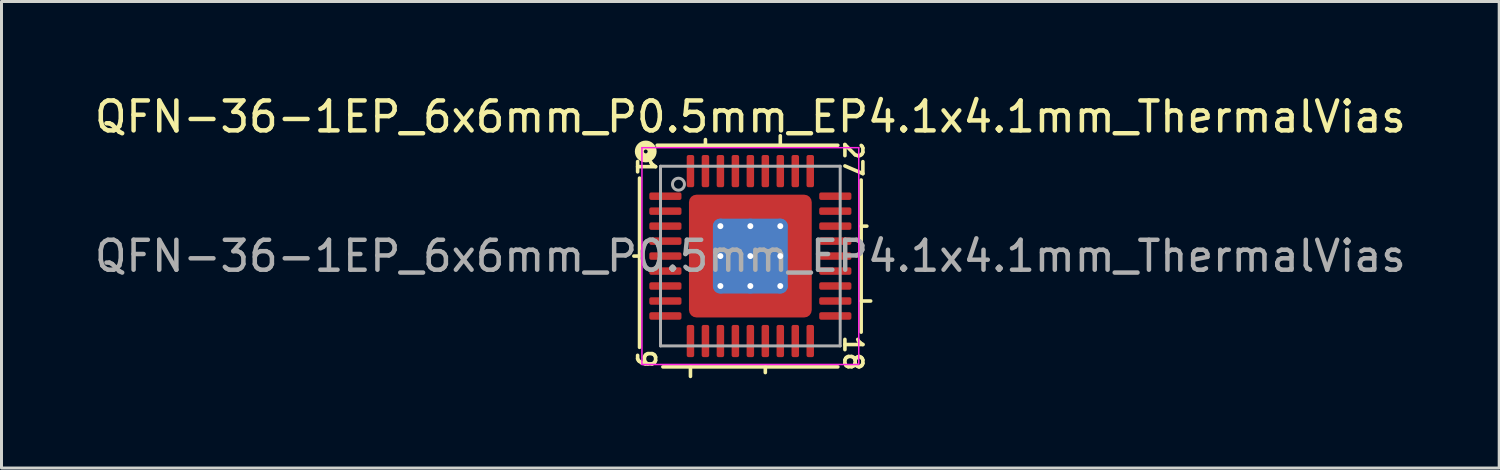
<source format=kicad_pcb>
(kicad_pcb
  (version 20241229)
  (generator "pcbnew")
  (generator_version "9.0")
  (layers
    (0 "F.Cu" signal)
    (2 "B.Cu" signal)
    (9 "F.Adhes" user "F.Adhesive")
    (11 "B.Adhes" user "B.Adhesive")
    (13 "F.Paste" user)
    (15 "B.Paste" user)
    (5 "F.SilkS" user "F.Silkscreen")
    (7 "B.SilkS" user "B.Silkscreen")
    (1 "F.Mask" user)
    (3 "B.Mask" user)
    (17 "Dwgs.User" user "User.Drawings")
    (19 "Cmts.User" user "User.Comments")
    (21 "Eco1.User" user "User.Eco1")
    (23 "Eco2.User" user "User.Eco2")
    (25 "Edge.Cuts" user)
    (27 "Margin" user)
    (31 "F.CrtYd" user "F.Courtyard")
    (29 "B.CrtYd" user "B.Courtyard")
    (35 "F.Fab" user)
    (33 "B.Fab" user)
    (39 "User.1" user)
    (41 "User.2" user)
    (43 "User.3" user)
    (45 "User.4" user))
  (footprint "QFN-36-1EP_6x6mm_P0.5mm_EP4.1x4.1mm_ThermalVias"
    (layer "F.Cu")
    (at 22.006 5.501)
    (property "Reference" "QFN-36-1EP_6x6mm_P0.5mm_EP4.1x4.1mm_ThermalVias" (at 0 -4.652 0) (layer "F.SilkS") (effects (font (size 1 1) (thickness 0.15))))
    (attr smd)
    (fp_line (start -3.7 -2.603) (end -3.7 3.048) (stroke (width 0.12) (type solid)) (layer "F.SilkS"))
    (fp_line (start -3.7 0) (end -3.89 0) (stroke (width 0.12) (type solid)) (layer "F.SilkS"))
    (fp_line (start -2.921 3.7) (end 2.921 3.7) (stroke (width 0.12) (type solid)) (layer "F.SilkS"))
    (fp_line (start -2 3.7) (end -2 4.018) (stroke (width 0.12) (type solid)) (layer "F.SilkS"))
    (fp_line (start -1.5 -3.7) (end -1.5 -3.89) (stroke (width 0.12) (type solid)) (layer "F.SilkS"))
    (fp_line (start 0.5 3.7) (end 0.5 3.89) (stroke (width 0.12) (type solid)) (layer "F.SilkS"))
    (fp_line (start 1 -3.7) (end 1 -4.018) (stroke (width 0.12) (type solid)) (layer "F.SilkS"))
    (fp_line (start 2.921 -3.7) (end -3.111 -3.7) (stroke (width 0.12) (type solid)) (layer "F.SilkS"))
    (fp_line (start 3.7 -1) (end 3.89 -1) (stroke (width 0.12) (type solid)) (layer "F.SilkS"))
    (fp_line (start 3.7 1.5) (end 4.018 1.5) (stroke (width 0.12) (type solid)) (layer "F.SilkS"))
    (fp_line (start 3.7 2.54) (end 3.7 -2.54) (stroke (width 0.12) (type solid)) (layer "F.SilkS"))
    (fp_circle (center -3.493 -3.493) (end -3.429 -3.493) (stroke (width 0.3) (type solid)) (fill no) (layer "F.SilkS"))
    (fp_line (start -3.62 -3.62) (end -3.62 3.62) (stroke (width 0.05) (type solid)) (layer "F.CrtYd"))
    (fp_line (start -3.62 3.62) (end 3.62 3.62) (stroke (width 0.05) (type solid)) (layer "F.CrtYd"))
    (fp_line (start 3.62 -3.62) (end -3.62 -3.62) (stroke (width 0.05) (type solid)) (layer "F.CrtYd"))
    (fp_line (start 3.62 3.62) (end 3.62 -3.62) (stroke (width 0.05) (type solid)) (layer "F.CrtYd"))
    (fp_line (start -3 -3) (end 3 -3) (stroke (width 0.1) (type solid)) (layer "F.Fab"))
    (fp_line (start -3 3) (end -3 -3) (stroke (width 0.1) (type solid)) (layer "F.Fab"))
    (fp_line (start 3 -3) (end 3 3) (stroke (width 0.1) (type solid)) (layer "F.Fab"))
    (fp_line (start 3 3) (end -3 3) (stroke (width 0.1) (type solid)) (layer "F.Fab"))
    (fp_circle (center -2.4 -2.4) (end -2.2 -2.4) (stroke (width 0.1) (type solid)) (fill no) (layer "F.Fab"))
    (fp_text user "1" (at -3.493 -2.985 270) (unlocked yes) (layer "F.SilkS") (effects (font (size 0.6 0.6) (thickness 0.12))))
    (fp_text user "9" (at -3.493 3.429 270) (unlocked yes) (layer "F.SilkS") (effects (font (size 0.6 0.6) (thickness 0.12))))
    (fp_text user "18" (at 3.429 3.239 270) (unlocked yes) (layer "F.SilkS") (effects (font (size 0.6 0.6) (thickness 0.12))))
    (fp_text user "27" (at 3.429 -3.239 270) (unlocked yes) (layer "F.SilkS") (effects (font (size 0.6 0.6) (thickness 0.12))))
    (fp_text user "${REFERENCE}" (at 0 0 0) (layer "F.Fab") (effects (font (size 1 1) (thickness 0.15))))
    (pad "" smd roundrect (at -1.525 -1.525) (size 0.847 0.847) (layers "F.Paste") (roundrect_rratio 0.25))
    (pad "" smd roundrect (at -1.525 -0.5) (size 0.847 0.806) (layers "F.Paste") (roundrect_rratio 0.25))
    (pad "" smd roundrect (at -1.525 0.5) (size 0.847 0.806) (layers "F.Paste") (roundrect_rratio 0.25))
    (pad "" smd roundrect (at -1.525 1.525) (size 0.847 0.847) (layers "F.Paste") (roundrect_rratio 0.25))
    (pad "" smd roundrect (at -0.5 -1.525) (size 0.806 0.847) (layers "F.Paste") (roundrect_rratio 0.25))
    (pad "" smd roundrect (at -0.5 -0.5) (size 0.806 0.806) (layers "F.Paste") (roundrect_rratio 0.25))
    (pad "" smd roundrect (at -0.5 0.5) (size 0.806 0.806) (layers "F.Paste") (roundrect_rratio 0.25))
    (pad "" smd roundrect (at -0.5 1.525) (size 0.806 0.847) (layers "F.Paste") (roundrect_rratio 0.25))
    (pad "" smd roundrect (at 0.5 -1.525) (size 0.806 0.847) (layers "F.Paste") (roundrect_rratio 0.25))
    (pad "" smd roundrect (at 0.5 -0.5) (size 0.806 0.806) (layers "F.Paste") (roundrect_rratio 0.25))
    (pad "" smd roundrect (at 0.5 0.5) (size 0.806 0.806) (layers "F.Paste") (roundrect_rratio 0.25))
    (pad "" smd roundrect (at 0.5 1.525) (size 0.806 0.847) (layers "F.Paste") (roundrect_rratio 0.25))
    (pad "" smd roundrect (at 1.525 -1.525) (size 0.847 0.847) (layers "F.Paste") (roundrect_rratio 0.25))
    (pad "" smd roundrect (at 1.525 -0.5) (size 0.847 0.806) (layers "F.Paste") (roundrect_rratio 0.25))
    (pad "" smd roundrect (at 1.525 0.5) (size 0.847 0.806) (layers "F.Paste") (roundrect_rratio 0.25))
    (pad "" smd roundrect (at 1.525 1.525) (size 0.847 0.847) (layers "F.Paste") (roundrect_rratio 0.25))
    (pad "1" smd roundrect (at -2.837 -2) (size 1.075 0.25) (layers "F.Cu" "F.Mask" "F.Paste") (roundrect_rratio 0.25))
    (pad "2" smd roundrect (at -2.837 -1.5) (size 1.075 0.25) (layers "F.Cu" "F.Mask" "F.Paste") (roundrect_rratio 0.25))
    (pad "3" smd roundrect (at -2.837 -1) (size 1.075 0.25) (layers "F.Cu" "F.Mask" "F.Paste") (roundrect_rratio 0.25))
    (pad "4" smd roundrect (at -2.837 -0.5) (size 1.075 0.25) (layers "F.Cu" "F.Mask" "F.Paste") (roundrect_rratio 0.25))
    (pad "5" smd roundrect (at -2.837 0) (size 1.075 0.25) (layers "F.Cu" "F.Mask" "F.Paste") (roundrect_rratio 0.25))
    (pad "6" smd roundrect (at -2.837 0.5) (size 1.075 0.25) (layers "F.Cu" "F.Mask" "F.Paste") (roundrect_rratio 0.25))
    (pad "7" smd roundrect (at -2.837 1) (size 1.075 0.25) (layers "F.Cu" "F.Mask" "F.Paste") (roundrect_rratio 0.25))
    (pad "8" smd roundrect (at -2.837 1.5) (size 1.075 0.25) (layers "F.Cu" "F.Mask" "F.Paste") (roundrect_rratio 0.25))
    (pad "9" smd roundrect (at -2.837 2) (size 1.075 0.25) (layers "F.Cu" "F.Mask" "F.Paste") (roundrect_rratio 0.25))
    (pad "10" smd roundrect (at -2 2.837) (size 0.25 1.075) (layers "F.Cu" "F.Mask" "F.Paste") (roundrect_rratio 0.25))
    (pad "11" smd roundrect (at -1.5 2.837) (size 0.25 1.075) (layers "F.Cu" "F.Mask" "F.Paste") (roundrect_rratio 0.25))
    (pad "12" smd roundrect (at -1 2.837) (size 0.25 1.075) (layers "F.Cu" "F.Mask" "F.Paste") (roundrect_rratio 0.25))
    (pad "13" smd roundrect (at -0.5 2.837) (size 0.25 1.075) (layers "F.Cu" "F.Mask" "F.Paste") (roundrect_rratio 0.25))
    (pad "14" smd roundrect (at 0 2.837) (size 0.25 1.075) (layers "F.Cu" "F.Mask" "F.Paste") (roundrect_rratio 0.25))
    (pad "15" smd roundrect (at 0.5 2.837) (size 0.25 1.075) (layers "F.Cu" "F.Mask" "F.Paste") (roundrect_rratio 0.25))
    (pad "16" smd roundrect (at 1 2.837) (size 0.25 1.075) (layers "F.Cu" "F.Mask" "F.Paste") (roundrect_rratio 0.25))
    (pad "17" smd roundrect (at 1.5 2.837) (size 0.25 1.075) (layers "F.Cu" "F.Mask" "F.Paste") (roundrect_rratio 0.25))
    (pad "18" smd roundrect (at 2 2.837) (size 0.25 1.075) (layers "F.Cu" "F.Mask" "F.Paste") (roundrect_rratio 0.25))
    (pad "19" smd roundrect (at 2.837 2) (size 1.075 0.25) (layers "F.Cu" "F.Mask" "F.Paste") (roundrect_rratio 0.25))
    (pad "20" smd roundrect (at 2.837 1.5) (size 1.075 0.25) (layers "F.Cu" "F.Mask" "F.Paste") (roundrect_rratio 0.25))
    (pad "21" smd roundrect (at 2.837 1) (size 1.075 0.25) (layers "F.Cu" "F.Mask" "F.Paste") (roundrect_rratio 0.25))
    (pad "22" smd roundrect (at 2.837 0.5) (size 1.075 0.25) (layers "F.Cu" "F.Mask" "F.Paste") (roundrect_rratio 0.25))
    (pad "23" smd roundrect (at 2.837 0) (size 1.075 0.25) (layers "F.Cu" "F.Mask" "F.Paste") (roundrect_rratio 0.25))
    (pad "24" smd roundrect (at 2.837 -0.5) (size 1.075 0.25) (layers "F.Cu" "F.Mask" "F.Paste") (roundrect_rratio 0.25))
    (pad "25" smd roundrect (at 2.837 -1) (size 1.075 0.25) (layers "F.Cu" "F.Mask" "F.Paste") (roundrect_rratio 0.25))
    (pad "26" smd roundrect (at 2.837 -1.5) (size 1.075 0.25) (layers "F.Cu" "F.Mask" "F.Paste") (roundrect_rratio 0.25))
    (pad "27" smd roundrect (at 2.837 -2) (size 1.075 0.25) (layers "F.Cu" "F.Mask" "F.Paste") (roundrect_rratio 0.25))
    (pad "28" smd roundrect (at 2 -2.837) (size 0.25 1.075) (layers "F.Cu" "F.Mask" "F.Paste") (roundrect_rratio 0.25))
    (pad "29" smd roundrect (at 1.5 -2.837) (size 0.25 1.075) (layers "F.Cu" "F.Mask" "F.Paste") (roundrect_rratio 0.25))
    (pad "30" smd roundrect (at 1 -2.837) (size 0.25 1.075) (layers "F.Cu" "F.Mask" "F.Paste") (roundrect_rratio 0.25))
    (pad "31" smd roundrect (at 0.5 -2.837) (size 0.25 1.075) (layers "F.Cu" "F.Mask" "F.Paste") (roundrect_rratio 0.25))
    (pad "32" smd roundrect (at 0 -2.837) (size 0.25 1.075) (layers "F.Cu" "F.Mask" "F.Paste") (roundrect_rratio 0.25))
    (pad "33" smd roundrect (at -0.5 -2.837) (size 0.25 1.075) (layers "F.Cu" "F.Mask" "F.Paste") (roundrect_rratio 0.25))
    (pad "34" smd roundrect (at -1 -2.837) (size 0.25 1.075) (layers "F.Cu" "F.Mask" "F.Paste") (roundrect_rratio 0.25))
    (pad "35" smd roundrect (at -1.5 -2.837) (size 0.25 1.075) (layers "F.Cu" "F.Mask" "F.Paste") (roundrect_rratio 0.25))
    (pad "36" smd roundrect (at -2 -2.837) (size 0.25 1.075) (layers "F.Cu" "F.Mask" "F.Paste") (roundrect_rratio 0.25))
    (pad "37" thru_hole circle (at -1 -1) (size 0.5 0.5) (drill 0.2) (property pad_prop_heatsink) (layers "*.Cu"))
    (pad "37" thru_hole circle (at -1 0) (size 0.5 0.5) (drill 0.2) (property pad_prop_heatsink) (layers "*.Cu"))
    (pad "37" thru_hole circle (at -1 1) (size 0.5 0.5) (drill 0.2) (property pad_prop_heatsink) (layers "*.Cu"))
    (pad "37" thru_hole circle (at 0 -1) (size 0.5 0.5) (drill 0.2) (property pad_prop_heatsink) (layers "*.Cu"))
    (pad "37" thru_hole circle (at 0 0) (size 0.5 0.5) (drill 0.2) (property pad_prop_heatsink) (layers "*.Cu"))
    (pad "37" smd roundrect (at 0 0) (size 2.5 2.5) (layers "B.Cu" "B.Mask") (roundrect_rratio 0.1))
    (pad "37" smd roundrect (at 0 0) (size 4.1 4.1) (layers "F.Cu" "F.Mask") (roundrect_rratio 0.061))
    (pad "37" thru_hole circle (at 0 1) (size 0.5 0.5) (drill 0.2) (property pad_prop_heatsink) (layers "*.Cu"))
    (pad "37" thru_hole circle (at 1 -1) (size 0.5 0.5) (drill 0.2) (property pad_prop_heatsink) (layers "*.Cu"))
    (pad "37" thru_hole circle (at 1 0) (size 0.5 0.5) (drill 0.2) (property pad_prop_heatsink) (layers "*.Cu"))
    (pad "37" thru_hole circle (at 1 1) (size 0.5 0.5) (drill 0.2) (property pad_prop_heatsink) (layers "*.Cu")))
  (gr_rect
    (start -3 -3)
    (end 47.012 12.578)
    (stroke (width 0.1) (type default))
    (fill no)
    (layer "Edge.Cuts")))
</source>
